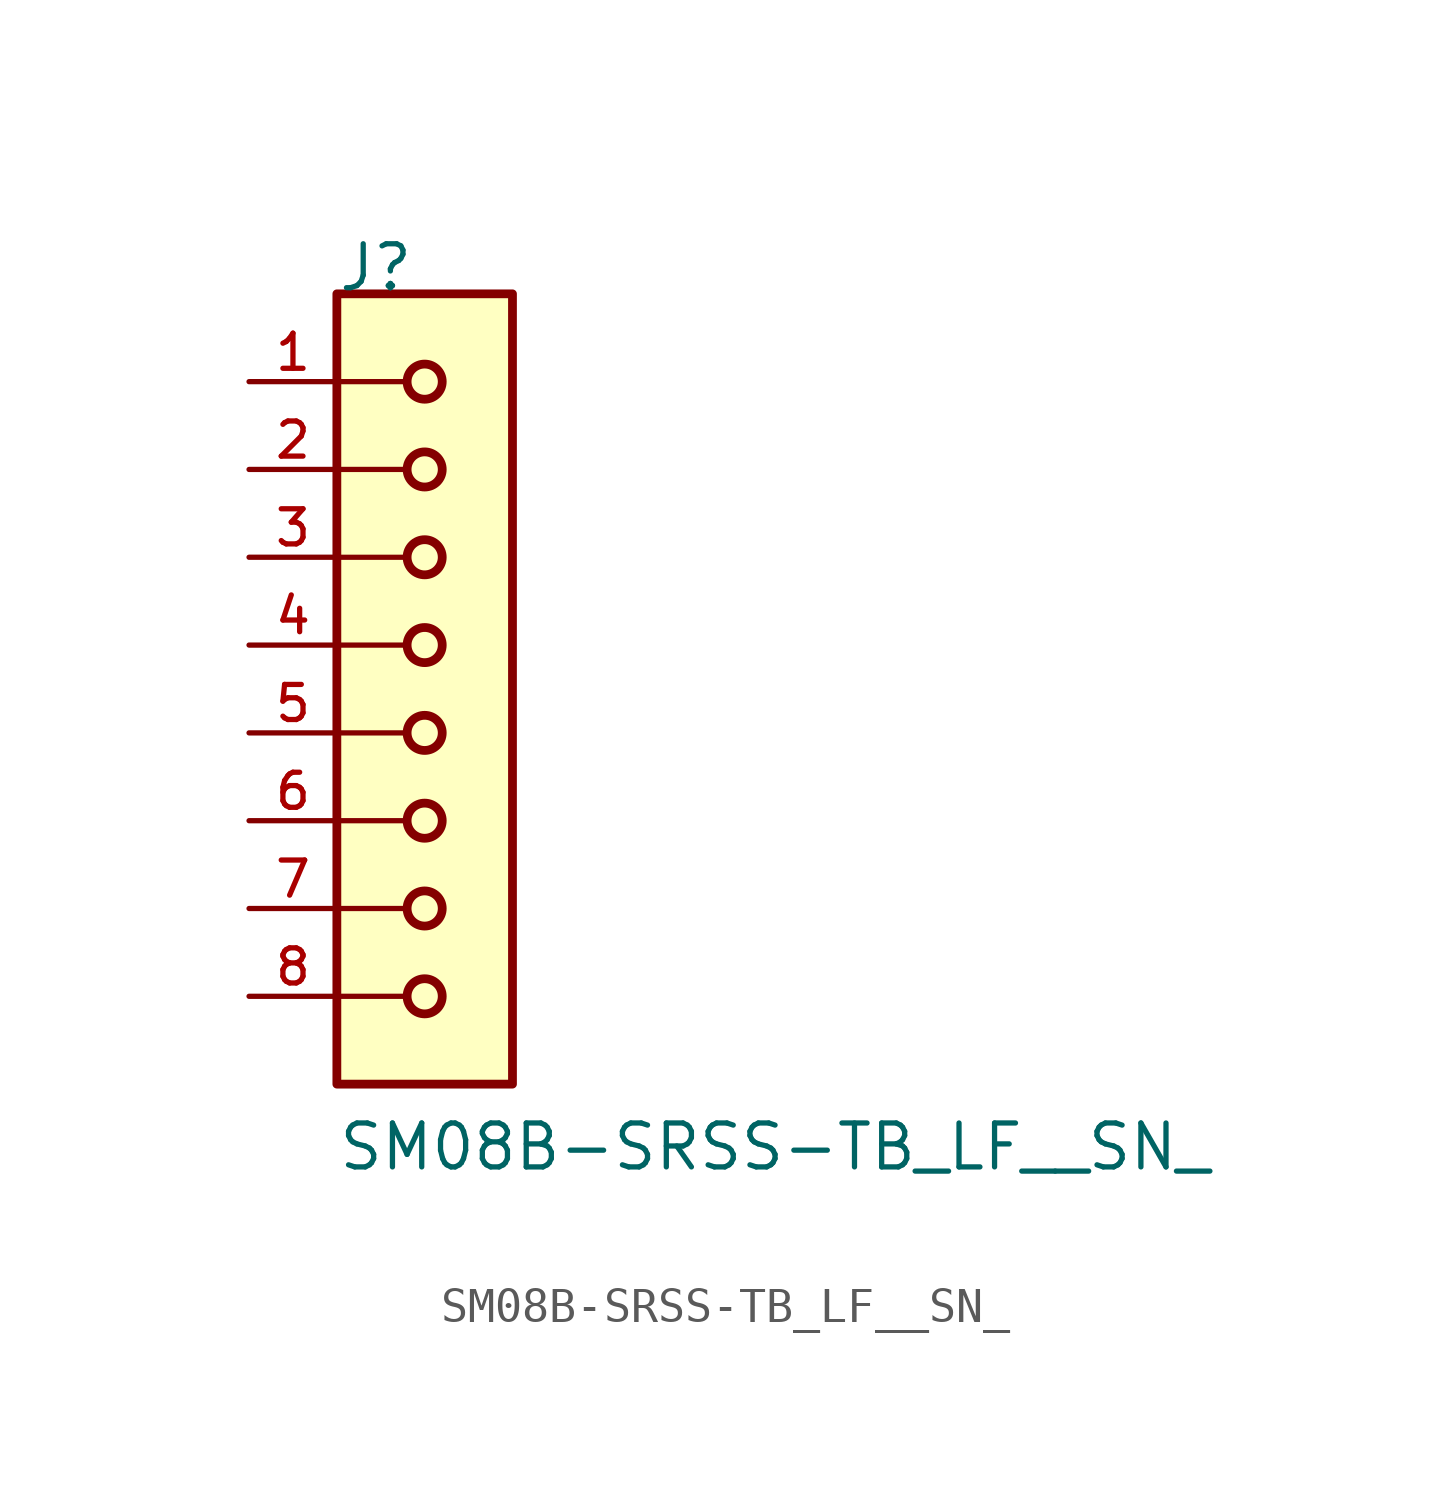
<source format=kicad_sym>
(kicad_symbol_lib
  (version 20211014)
  (generator kicad_symbol_editor)
  (symbol "SM08B-SRSS-TB_LF__SN_"
    (pin_names
      (offset 1.016))
    (property "Reference" "J"
      (at -2.543 12.715 0)
      (effects (font (size 1.27 1.27)) (justify bottom left)))
    (property "Value" "SM08B-SRSS-TB_LF__SN_"
      (at -2.544 -12.718 0)
      (effects (font (size 1.27 1.27)) (justify bottom left)))
    (symbol "SM08B-SRSS-TB_LF__SN__0_0"
      (circle (center 0.0 10.16) (radius 0.508) (stroke (width 0.254)) (fill (type none)))
      (circle (center 0.0 7.62) (radius 0.508) (stroke (width 0.254)) (fill (type none)))
      (circle (center 0.0 5.08) (radius 0.508) (stroke (width 0.254)) (fill (type none)))
      (circle (center 0.0 2.54) (radius 0.508) (stroke (width 0.254)) (fill (type none)))
      (circle (center 0.0 0.0) (radius 0.508) (stroke (width 0.254)) (fill (type none)))
      (circle (center 0.0 -2.54) (radius 0.508) (stroke (width 0.254)) (fill (type none)))
      (circle (center 0.0 -5.08) (radius 0.508) (stroke (width 0.254)) (fill (type none)))
      (circle (center 0.0 -7.62) (radius 0.508) (stroke (width 0.254)) (fill (type none)))
      (polyline (pts (xy -0.508 10.16) (xy -2.54 10.16)) (stroke (width 0.152)))
      (polyline (pts (xy -0.508 7.62) (xy -2.54 7.62)) (stroke (width 0.152)))
      (polyline (pts (xy -0.508 5.08) (xy -2.54 5.08)) (stroke (width 0.152)))
      (polyline (pts (xy -0.508 2.54) (xy -2.54 2.54)) (stroke (width 0.152)))
      (polyline (pts (xy -0.508 0.0) (xy -2.54 0.0)) (stroke (width 0.152)))
      (polyline (pts (xy -0.508 -2.54) (xy -2.54 -2.54)) (stroke (width 0.152)))
      (polyline (pts (xy -0.508 -5.08) (xy -2.54 -5.08)) (stroke (width 0.152)))
      (polyline (pts (xy -0.508 -7.62) (xy -2.54 -7.62)) (stroke (width 0.152)))
      (rectangle (start -2.54 -10.16) (end 2.54 12.7) (stroke (width 0.254)) (fill (type background)))
      (pin passive line (at -5.08 10.16 0) (length 2.54) (name "~" (effects (font (size 1.016 1.016)))) (number "1" (effects (font (size 1.016 1.016)))))
      (pin passive line (at -5.08 7.62 0) (length 2.54) (name "~" (effects (font (size 1.016 1.016)))) (number "2" (effects (font (size 1.016 1.016)))))
      (pin passive line (at -5.08 5.08 0) (length 2.54) (name "~" (effects (font (size 1.016 1.016)))) (number "3" (effects (font (size 1.016 1.016)))))
      (pin passive line (at -5.08 2.54 0) (length 2.54) (name "~" (effects (font (size 1.016 1.016)))) (number "4" (effects (font (size 1.016 1.016)))))
      (pin passive line (at -5.08 0.0 0) (length 2.54) (name "~" (effects (font (size 1.016 1.016)))) (number "5" (effects (font (size 1.016 1.016)))))
      (pin passive line (at -5.08 -2.54 0) (length 2.54) (name "~" (effects (font (size 1.016 1.016)))) (number "6" (effects (font (size 1.016 1.016)))))
      (pin passive line (at -5.08 -5.08 0) (length 2.54) (name "~" (effects (font (size 1.016 1.016)))) (number "7" (effects (font (size 1.016 1.016)))))
      (pin passive line (at -5.08 -7.62 0) (length 2.54) (name "~" (effects (font (size 1.016 1.016)))) (number "8" (effects (font (size 1.016 1.016))))))))
</source>
